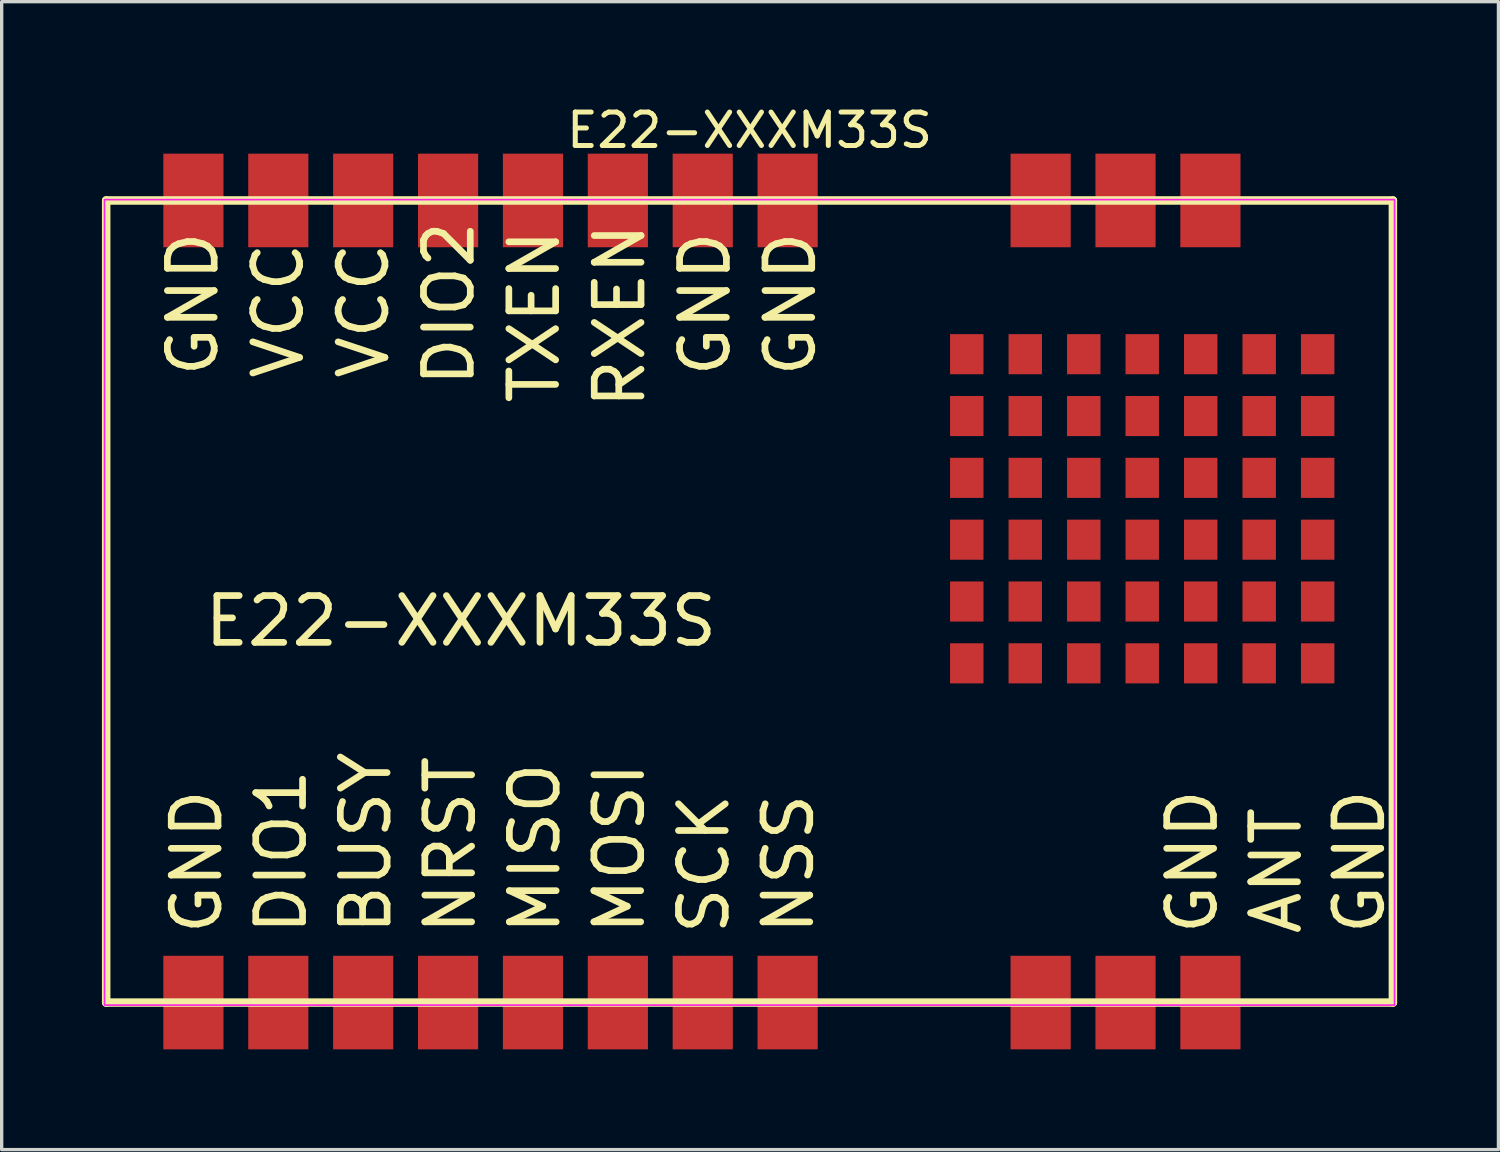
<source format=kicad_pcb>
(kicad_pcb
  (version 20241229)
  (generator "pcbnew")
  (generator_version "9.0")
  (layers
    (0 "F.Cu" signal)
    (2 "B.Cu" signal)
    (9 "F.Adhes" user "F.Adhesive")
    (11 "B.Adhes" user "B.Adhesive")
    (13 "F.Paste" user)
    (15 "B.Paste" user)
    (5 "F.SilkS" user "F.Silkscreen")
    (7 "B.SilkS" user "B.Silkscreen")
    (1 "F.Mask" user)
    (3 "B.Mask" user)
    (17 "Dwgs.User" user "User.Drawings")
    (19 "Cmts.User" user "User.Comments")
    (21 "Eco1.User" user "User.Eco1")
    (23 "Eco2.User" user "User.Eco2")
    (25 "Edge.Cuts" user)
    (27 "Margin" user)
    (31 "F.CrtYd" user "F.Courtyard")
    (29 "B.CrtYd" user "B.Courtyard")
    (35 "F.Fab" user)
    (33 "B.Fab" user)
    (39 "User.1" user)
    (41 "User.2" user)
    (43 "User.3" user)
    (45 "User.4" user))
  (footprint "E22-XXXM33S"
    (layer "F.Cu")
    (at 18.977 15.673)
    (property "Reference" "E22-XXXM33S" (at 0.4 -14.825 180) (layer "F.SilkS") (effects (font (size 1 1) (thickness 0.15))))
    (attr smd)
    (fp_poly (pts (xy 7.4 -7.525) (xy 6.4 -7.525) (xy 6.4 -8.725) (xy 7.4 -8.725)) (stroke (width 0) (type default)) (fill yes) (layer "F.Mask"))
    (fp_line (start -18.85 -12.725) (end 19.65 -12.725) (stroke (width 0.254) (type solid)) (layer "F.SilkS"))
    (fp_line (start -18.85 11.275) (end -18.85 -12.725) (stroke (width 0.254) (type solid)) (layer "F.SilkS"))
    (fp_line (start -18.85 11.275) (end 19.65 11.275) (stroke (width 0.254) (type solid)) (layer "F.SilkS"))
    (fp_line (start 19.65 11.275) (end 19.65 -12.725) (stroke (width 0.254) (type solid)) (layer "F.SilkS"))
    (fp_rect (start -18.9 -12.75) (end 19.7 11.35) (stroke (width 0.05) (type default)) (fill no) (layer "F.CrtYd"))
    (fp_text user "TXEN" (at -5.22 -6.557 90) (unlocked yes) (layer "F.SilkS") (effects (font (size 1.4 1.4) (thickness 0.2)) (justify left bottom)))
    (fp_text user "VCC" (at -12.882 -7.297 90) (unlocked yes) (layer "F.SilkS") (effects (font (size 1.4 1.4) (thickness 0.2)) (justify left bottom)))
    (fp_text user "SCK" (at -0.145 9.325 90) (unlocked yes) (layer "F.SilkS") (effects (font (size 1.4 1.4) (thickness 0.2)) (justify left bottom)))
    (fp_text user "GND" (at 14.464 9.325 90) (unlocked yes) (layer "F.SilkS") (effects (font (size 1.4 1.4) (thickness 0.2)) (justify left bottom)))
    (fp_text user "GND" (at -15.322 9.325 90) (unlocked yes) (layer "F.SilkS") (effects (font (size 1.4 1.4) (thickness 0.2)) (justify left bottom)))
    (fp_text user "GND" (at -0.111 -7.364 90) (unlocked yes) (layer "F.SilkS") (effects (font (size 1.4 1.4) (thickness 0.2)) (justify left bottom)))
    (fp_text user "DIO2" (at -7.774 -7.071 90) (unlocked yes) (layer "F.SilkS") (effects (font (size 1.4 1.4) (thickness 0.2)) (justify left bottom)))
    (fp_text user "RXEN" (at -2.665 -6.411 90) (unlocked yes) (layer "F.SilkS") (effects (font (size 1.4 1.4) (thickness 0.2)) (justify left bottom)))
    (fp_text user "MISO" (at -5.204 9.325 90) (unlocked yes) (layer "F.SilkS") (effects (font (size 1.4 1.4) (thickness 0.2)) (justify left bottom)))
    (fp_text user "NRST" (at -7.734 9.325 90) (unlocked yes) (layer "F.SilkS") (effects (font (size 1.4 1.4) (thickness 0.2)) (justify left bottom)))
    (fp_text user "ANT" (at 16.978 9.325 90) (unlocked yes) (layer "F.SilkS") (effects (font (size 1.4 1.4) (thickness 0.2)) (justify left bottom)))
    (fp_text user "NSS" (at 2.384 9.325 90) (unlocked yes) (layer "F.SilkS") (effects (font (size 1.4 1.4) (thickness 0.2)) (justify left bottom)))
    (fp_text user "VCC" (at -10.328 -7.297 90) (unlocked yes) (layer "F.SilkS") (effects (font (size 1.4 1.4) (thickness 0.2)) (justify left bottom)))
    (fp_text user "MOSI" (at -2.675 9.325 90) (unlocked yes) (layer "F.SilkS") (effects (font (size 1.4 1.4) (thickness 0.2)) (justify left bottom)))
    (fp_text user "BUSY" (at -10.263 9.325 90) (unlocked yes) (layer "F.SilkS") (effects (font (size 1.4 1.4) (thickness 0.2)) (justify left bottom)))
    (fp_text user "GND" (at 2.443 -7.364 90) (unlocked yes) (layer "F.SilkS") (effects (font (size 1.4 1.4) (thickness 0.2)) (justify left bottom)))
    (fp_text user "GND" (at -15.437 -7.364 90) (unlocked yes) (layer "F.SilkS") (effects (font (size 1.4 1.4) (thickness 0.2)) (justify left bottom)))
    (fp_text user "E22-XXXM33S" (at -16.002 0.679 0) (unlocked yes) (layer "F.SilkS") (effects (font (size 1.4 1.4) (thickness 0.2)) (justify left bottom)))
    (fp_text user "DIO1" (at -12.793 9.325 90) (unlocked yes) (layer "F.SilkS") (effects (font (size 1.4 1.4) (thickness 0.2)) (justify left bottom)))
    (fp_text user "GND" (at 19.468 9.325 90) (unlocked yes) (layer "F.SilkS") (effects (font (size 1.4 1.4) (thickness 0.2)) (justify left bottom)))
    (pad "1" smd rect (at 14.19 -12.725 270) (size 2.8 1.8) (layers "F.Cu" "F.Mask" "F.Paste"))
    (pad "2" smd rect (at 11.65 -12.725 270) (size 2.8 1.8) (layers "F.Cu" "F.Mask" "F.Paste"))
    (pad "3" smd rect (at 9.11 -12.725 270) (size 2.8 1.8) (layers "F.Cu" "F.Mask" "F.Paste"))
    (pad "4" smd rect (at 1.54 -12.725 270) (size 2.8 1.8) (layers "F.Cu" "F.Mask" "F.Paste"))
    (pad "5" smd rect (at -1 -12.725 270) (size 2.8 1.8) (layers "F.Cu" "F.Mask" "F.Paste"))
    (pad "6" smd rect (at -3.54 -12.725 270) (size 2.8 1.8) (layers "F.Cu" "F.Mask" "F.Paste"))
    (pad "7" smd rect (at -6.08 -12.725 270) (size 2.8 1.8) (layers "F.Cu" "F.Mask" "F.Paste"))
    (pad "8" smd rect (at -8.62 -12.725 270) (size 2.8 1.8) (layers "F.Cu" "F.Mask" "F.Paste"))
    (pad "9" smd rect (at -11.16 -12.725 270) (size 2.8 1.8) (layers "F.Cu" "F.Mask" "F.Paste"))
    (pad "10" smd rect (at -13.7 -12.725 270) (size 2.8 1.8) (layers "F.Cu" "F.Mask" "F.Paste"))
    (pad "11" smd rect (at -16.24 -12.725 270) (size 2.8 1.8) (layers "F.Cu" "F.Mask" "F.Paste"))
    (pad "12" smd rect (at -16.24 11.275 270) (size 2.8 1.8) (layers "F.Cu" "F.Mask" "F.Paste"))
    (pad "13" smd rect (at -13.7 11.275 270) (size 2.8 1.8) (layers "F.Cu" "F.Mask" "F.Paste"))
    (pad "14" smd rect (at -11.16 11.275 270) (size 2.8 1.8) (layers "F.Cu" "F.Mask" "F.Paste"))
    (pad "15" smd rect (at -8.62 11.275 270) (size 2.8 1.8) (layers "F.Cu" "F.Mask" "F.Paste"))
    (pad "16" smd rect (at -6.08 11.275 270) (size 2.8 1.8) (layers "F.Cu" "F.Mask" "F.Paste"))
    (pad "17" smd rect (at -3.54 11.275 270) (size 2.8 1.8) (layers "F.Cu" "F.Mask" "F.Paste"))
    (pad "18" smd rect (at -1 11.275 270) (size 2.8 1.8) (layers "F.Cu" "F.Mask" "F.Paste"))
    (pad "19" smd rect (at 1.54 11.275 270) (size 2.8 1.8) (layers "F.Cu" "F.Mask" "F.Paste"))
    (pad "20" smd rect (at 9.11 11.275 270) (size 2.8 1.8) (layers "F.Cu" "F.Mask" "F.Paste"))
    (pad "21" smd rect (at 11.65 11.275 270) (size 2.8 1.8) (layers "F.Cu" "F.Mask" "F.Paste"))
    (pad "22" smd circle (at 6.9 -8.125) (size 0.025 0.025) (layers "F.Cu" "F.Mask" "F.Paste"))
    (pad "22" smd circle (at 6.9 -6.275) (size 0.025 0.025) (layers "F.Cu" "F.Mask" "F.Paste"))
    (pad "22" smd circle (at 6.9 -4.425) (size 0.025 0.025) (layers "F.Cu" "F.Mask" "F.Paste"))
    (pad "22" smd circle (at 6.9 -2.575) (size 0.025 0.025) (layers "F.Cu" "F.Mask" "F.Paste"))
    (pad "22" smd circle (at 6.9 -0.725) (size 0.025 0.025) (layers "F.Cu" "F.Mask" "F.Paste"))
    (pad "22" smd circle (at 6.9 1.125) (size 0.025 0.025) (layers "F.Cu" "F.Mask" "F.Paste"))
    (pad "22" smd custom (at 7.4 -7.525) (size 0.000001 0.000001) (layers "F.Cu" "F.Mask" "F.Paste") (options (anchor circle)) (primitives (gr_poly (pts (xy 0 0) (xy -1 0) (xy -1 -1.2) (xy 0 -1.2)) (width 0) (fill yes))))
    (pad "22" smd custom (at 7.4 -5.675) (size 0.000001 0.000001) (layers "F.Cu" "F.Mask" "F.Paste") (options (anchor circle)) (primitives (gr_poly (pts (xy 0 0) (xy -1 0) (xy -1 -1.2) (xy 0 -1.2)) (width 0) (fill yes))))
    (pad "22" smd custom (at 7.4 -3.825) (size 0.000001 0.000001) (layers "F.Cu" "F.Mask" "F.Paste") (options (anchor circle)) (primitives (gr_poly (pts (xy 0 0) (xy -1 0) (xy -1 -1.2) (xy 0 -1.2)) (width 0) (fill yes))))
    (pad "22" smd custom (at 7.4 -1.975) (size 0.000001 0.000001) (layers "F.Cu" "F.Mask" "F.Paste") (options (anchor circle)) (primitives (gr_poly (pts (xy 0 0) (xy -1 0) (xy -1 -1.2) (xy 0 -1.2)) (width 0) (fill yes))))
    (pad "22" smd custom (at 7.4 -0.125) (size 0.000001 0.000001) (layers "F.Cu" "F.Mask" "F.Paste") (options (anchor circle)) (primitives (gr_poly (pts (xy 0 0) (xy -1 0) (xy -1 -1.2) (xy 0 -1.2)) (width 0) (fill yes))))
    (pad "22" smd custom (at 7.4 1.725) (size 0.000001 0.000001) (layers "F.Cu" "F.Mask" "F.Paste") (options (anchor circle)) (primitives (gr_poly (pts (xy 0 0) (xy -1 0) (xy -1 -1.2) (xy 0 -1.2)) (width 0) (fill yes))))
    (pad "22" smd circle (at 8.65 -8.125) (size 0.025 0.025) (layers "F.Cu" "F.Mask" "F.Paste"))
    (pad "22" smd circle (at 8.65 -6.275) (size 0.025 0.025) (layers "F.Cu" "F.Mask" "F.Paste"))
    (pad "22" smd circle (at 8.65 -4.425) (size 0.025 0.025) (layers "F.Cu" "F.Mask" "F.Paste"))
    (pad "22" smd circle (at 8.65 -2.575) (size 0.025 0.025) (layers "F.Cu" "F.Mask" "F.Paste"))
    (pad "22" smd circle (at 8.65 -0.725) (size 0.025 0.025) (layers "F.Cu" "F.Mask" "F.Paste"))
    (pad "22" smd circle (at 8.65 1.125) (size 0.025 0.025) (layers "F.Cu" "F.Mask" "F.Paste"))
    (pad "22" smd custom (at 9.15 -7.525) (size 0.000001 0.000001) (layers "F.Cu" "F.Mask" "F.Paste") (options (anchor circle)) (primitives (gr_poly (pts (xy 0 0) (xy -1 0) (xy -1 -1.2) (xy 0 -1.2)) (width 0) (fill yes))))
    (pad "22" smd custom (at 9.15 -5.675) (size 0.000001 0.000001) (layers "F.Cu" "F.Mask" "F.Paste") (options (anchor circle)) (primitives (gr_poly (pts (xy 0 0) (xy -1 0) (xy -1 -1.2) (xy 0 -1.2)) (width 0) (fill yes))))
    (pad "22" smd custom (at 9.15 -3.825) (size 0.000001 0.000001) (layers "F.Cu" "F.Mask" "F.Paste") (options (anchor circle)) (primitives (gr_poly (pts (xy 0 0) (xy -1 0) (xy -1 -1.2) (xy 0 -1.2)) (width 0) (fill yes))))
    (pad "22" smd custom (at 9.15 -1.975) (size 0.000001 0.000001) (layers "F.Cu" "F.Mask" "F.Paste") (options (anchor circle)) (primitives (gr_poly (pts (xy 0 0) (xy -1 0) (xy -1 -1.2) (xy 0 -1.2)) (width 0) (fill yes))))
    (pad "22" smd custom (at 9.15 -0.125) (size 0.000001 0.000001) (layers "F.Cu" "F.Mask" "F.Paste") (options (anchor circle)) (primitives (gr_poly (pts (xy 0 0) (xy -1 0) (xy -1 -1.2) (xy 0 -1.2)) (width 0) (fill yes))))
    (pad "22" smd custom (at 9.15 1.725) (size 0.000001 0.000001) (layers "F.Cu" "F.Mask" "F.Paste") (options (anchor circle)) (primitives (gr_poly (pts (xy 0 0) (xy -1 0) (xy -1 -1.2) (xy 0 -1.2)) (width 0) (fill yes))))
    (pad "22" smd circle (at 10.4 -8.125) (size 0.025 0.025) (layers "F.Cu" "F.Mask" "F.Paste"))
    (pad "22" smd circle (at 10.4 -6.275) (size 0.025 0.025) (layers "F.Cu" "F.Mask" "F.Paste"))
    (pad "22" smd circle (at 10.4 -4.425) (size 0.025 0.025) (layers "F.Cu" "F.Mask" "F.Paste"))
    (pad "22" smd circle (at 10.4 -2.575) (size 0.025 0.025) (layers "F.Cu" "F.Mask" "F.Paste"))
    (pad "22" smd circle (at 10.4 -0.725) (size 0.025 0.025) (layers "F.Cu" "F.Mask" "F.Paste"))
    (pad "22" smd circle (at 10.4 1.125) (size 0.025 0.025) (layers "F.Cu" "F.Mask" "F.Paste"))
    (pad "22" smd custom (at 10.9 -7.525) (size 0.000001 0.000001) (layers "F.Cu" "F.Mask" "F.Paste") (options (anchor circle)) (primitives (gr_poly (pts (xy 0 0) (xy -1 0) (xy -1 -1.2) (xy 0 -1.2)) (width 0) (fill yes))))
    (pad "22" smd custom (at 10.9 -5.675) (size 0.000001 0.000001) (layers "F.Cu" "F.Mask" "F.Paste") (options (anchor circle)) (primitives (gr_poly (pts (xy 0 0) (xy -1 0) (xy -1 -1.2) (xy 0 -1.2)) (width 0) (fill yes))))
    (pad "22" smd custom (at 10.9 -3.825) (size 0.000001 0.000001) (layers "F.Cu" "F.Mask" "F.Paste") (options (anchor circle)) (primitives (gr_poly (pts (xy 0 0) (xy -1 0) (xy -1 -1.2) (xy 0 -1.2)) (width 0) (fill yes))))
    (pad "22" smd custom (at 10.9 -1.975) (size 0.000001 0.000001) (layers "F.Cu" "F.Mask" "F.Paste") (options (anchor circle)) (primitives (gr_poly (pts (xy 0 0) (xy -1 0) (xy -1 -1.2) (xy 0 -1.2)) (width 0) (fill yes))))
    (pad "22" smd custom (at 10.9 -0.125) (size 0.000001 0.000001) (layers "F.Cu" "F.Mask" "F.Paste") (options (anchor circle)) (primitives (gr_poly (pts (xy 0 0) (xy -1 0) (xy -1 -1.2) (xy 0 -1.2)) (width 0) (fill yes))))
    (pad "22" smd custom (at 10.9 1.725) (size 0.000001 0.000001) (layers "F.Cu" "F.Mask" "F.Paste") (options (anchor circle)) (primitives (gr_poly (pts (xy 0 0) (xy -1 0) (xy -1 -1.2) (xy 0 -1.2)) (width 0) (fill yes))))
    (pad "22" smd circle (at 12.15 -8.125) (size 0.025 0.025) (layers "F.Cu" "F.Mask" "F.Paste"))
    (pad "22" smd circle (at 12.15 -6.275) (size 0.025 0.025) (layers "F.Cu" "F.Mask" "F.Paste"))
    (pad "22" smd circle (at 12.15 -4.425) (size 0.025 0.025) (layers "F.Cu" "F.Mask" "F.Paste"))
    (pad "22" smd circle (at 12.15 -2.575) (size 0.025 0.025) (layers "F.Cu" "F.Mask" "F.Paste"))
    (pad "22" smd circle (at 12.15 -0.725) (size 0.025 0.025) (layers "F.Cu" "F.Mask" "F.Paste"))
    (pad "22" smd circle (at 12.15 1.125) (size 0.025 0.025) (layers "F.Cu" "F.Mask" "F.Paste"))
    (pad "22" smd custom (at 12.65 -7.525) (size 0.000001 0.000001) (layers "F.Cu" "F.Mask" "F.Paste") (options (anchor circle)) (primitives (gr_poly (pts (xy 0 0) (xy -1 0) (xy -1 -1.2) (xy 0 -1.2)) (width 0) (fill yes))))
    (pad "22" smd custom (at 12.65 -5.675) (size 0.000001 0.000001) (layers "F.Cu" "F.Mask" "F.Paste") (options (anchor circle)) (primitives (gr_poly (pts (xy 0 0) (xy -1 0) (xy -1 -1.2) (xy 0 -1.2)) (width 0) (fill yes))))
    (pad "22" smd custom (at 12.65 -3.825) (size 0.000001 0.000001) (layers "F.Cu" "F.Mask" "F.Paste") (options (anchor circle)) (primitives (gr_poly (pts (xy 0 0) (xy -1 0) (xy -1 -1.2) (xy 0 -1.2)) (width 0) (fill yes))))
    (pad "22" smd custom (at 12.65 -1.975) (size 0.000001 0.000001) (layers "F.Cu" "F.Mask" "F.Paste") (options (anchor circle)) (primitives (gr_poly (pts (xy 0 0) (xy -1 0) (xy -1 -1.2) (xy 0 -1.2)) (width 0) (fill yes))))
    (pad "22" smd custom (at 12.65 -0.125) (size 0.000001 0.000001) (layers "F.Cu" "F.Mask" "F.Paste") (options (anchor circle)) (primitives (gr_poly (pts (xy 0 0) (xy -1 0) (xy -1 -1.2) (xy 0 -1.2)) (width 0) (fill yes))))
    (pad "22" smd custom (at 12.65 1.725) (size 0.000001 0.000001) (layers "F.Cu" "F.Mask" "F.Paste") (options (anchor circle)) (primitives (gr_poly (pts (xy 0 0) (xy -1 0) (xy -1 -1.2) (xy 0 -1.2)) (width 0) (fill yes))))
    (pad "22" smd circle (at 13.9 -8.125) (size 0.025 0.025) (layers "F.Cu" "F.Mask" "F.Paste"))
    (pad "22" smd circle (at 13.9 -6.275) (size 0.025 0.025) (layers "F.Cu" "F.Mask" "F.Paste"))
    (pad "22" smd circle (at 13.9 -4.425) (size 0.025 0.025) (layers "F.Cu" "F.Mask" "F.Paste"))
    (pad "22" smd circle (at 13.9 -2.575) (size 0.025 0.025) (layers "F.Cu" "F.Mask" "F.Paste"))
    (pad "22" smd circle (at 13.9 -0.725) (size 0.025 0.025) (layers "F.Cu" "F.Mask" "F.Paste"))
    (pad "22" smd circle (at 13.9 1.125) (size 0.025 0.025) (layers "F.Cu" "F.Mask" "F.Paste"))
    (pad "22" smd rect (at 14.19 11.275 270) (size 2.8 1.8) (layers "F.Cu" "F.Mask" "F.Paste"))
    (pad "22" smd custom (at 14.4 -7.525) (size 0.000001 0.000001) (layers "F.Cu" "F.Mask" "F.Paste") (options (anchor circle)) (primitives (gr_poly (pts (xy 0 0) (xy -1 0) (xy -1 -1.2) (xy 0 -1.2)) (width 0) (fill yes))))
    (pad "22" smd custom (at 14.4 -5.675) (size 0.000001 0.000001) (layers "F.Cu" "F.Mask" "F.Paste") (options (anchor circle)) (primitives (gr_poly (pts (xy 0 0) (xy -1 0) (xy -1 -1.2) (xy 0 -1.2)) (width 0) (fill yes))))
    (pad "22" smd custom (at 14.4 -3.825) (size 0.000001 0.000001) (layers "F.Cu" "F.Mask" "F.Paste") (options (anchor circle)) (primitives (gr_poly (pts (xy 0 0) (xy -1 0) (xy -1 -1.2) (xy 0 -1.2)) (width 0) (fill yes))))
    (pad "22" smd custom (at 14.4 -1.975) (size 0.000001 0.000001) (layers "F.Cu" "F.Mask" "F.Paste") (options (anchor circle)) (primitives (gr_poly (pts (xy 0 0) (xy -1 0) (xy -1 -1.2) (xy 0 -1.2)) (width 0) (fill yes))))
    (pad "22" smd custom (at 14.4 -0.125) (size 0.000001 0.000001) (layers "F.Cu" "F.Mask" "F.Paste") (options (anchor circle)) (primitives (gr_poly (pts (xy 0 0) (xy -1 0) (xy -1 -1.2) (xy 0 -1.2)) (width 0) (fill yes))))
    (pad "22" smd custom (at 14.4 1.725) (size 0.000001 0.000001) (layers "F.Cu" "F.Mask" "F.Paste") (options (anchor circle)) (primitives (gr_poly (pts (xy 0 0) (xy -1 0) (xy -1 -1.2) (xy 0 -1.2)) (width 0) (fill yes))))
    (pad "22" smd circle (at 15.65 -8.125) (size 0.025 0.025) (layers "F.Cu" "F.Mask" "F.Paste"))
    (pad "22" smd circle (at 15.65 -6.275) (size 0.025 0.025) (layers "F.Cu" "F.Mask" "F.Paste"))
    (pad "22" smd circle (at 15.65 -4.425) (size 0.025 0.025) (layers "F.Cu" "F.Mask" "F.Paste"))
    (pad "22" smd circle (at 15.65 -2.575) (size 0.025 0.025) (layers "F.Cu" "F.Mask" "F.Paste"))
    (pad "22" smd circle (at 15.65 -0.725) (size 0.025 0.025) (layers "F.Cu" "F.Mask" "F.Paste"))
    (pad "22" smd circle (at 15.65 1.125) (size 0.025 0.025) (layers "F.Cu" "F.Mask" "F.Paste"))
    (pad "22" smd custom (at 16.15 -7.525) (size 0.000001 0.000001) (layers "F.Cu" "F.Mask" "F.Paste") (options (anchor circle)) (primitives (gr_poly (pts (xy 0 0) (xy -1 0) (xy -1 -1.2) (xy 0 -1.2)) (width 0) (fill yes))))
    (pad "22" smd custom (at 16.15 -5.675) (size 0.000001 0.000001) (layers "F.Cu" "F.Mask" "F.Paste") (options (anchor circle)) (primitives (gr_poly (pts (xy 0 0) (xy -1 0) (xy -1 -1.2) (xy 0 -1.2)) (width 0) (fill yes))))
    (pad "22" smd custom (at 16.15 -3.825) (size 0.000001 0.000001) (layers "F.Cu" "F.Mask" "F.Paste") (options (anchor circle)) (primitives (gr_poly (pts (xy 0 0) (xy -1 0) (xy -1 -1.2) (xy 0 -1.2)) (width 0) (fill yes))))
    (pad "22" smd custom (at 16.15 -1.975) (size 0.000001 0.000001) (layers "F.Cu" "F.Mask" "F.Paste") (options (anchor circle)) (primitives (gr_poly (pts (xy 0 0) (xy -1 0) (xy -1 -1.2) (xy 0 -1.2)) (width 0) (fill yes))))
    (pad "22" smd custom (at 16.15 -0.125) (size 0.000001 0.000001) (layers "F.Cu" "F.Mask" "F.Paste") (options (anchor circle)) (primitives (gr_poly (pts (xy 0 0) (xy -1 0) (xy -1 -1.2) (xy 0 -1.2)) (width 0) (fill yes))))
    (pad "22" smd custom (at 16.15 1.725) (size 0.000001 0.000001) (layers "F.Cu" "F.Mask" "F.Paste") (options (anchor circle)) (primitives (gr_poly (pts (xy 0 0) (xy -1 0) (xy -1 -1.2) (xy 0 -1.2)) (width 0) (fill yes))))
    (pad "22" smd circle (at 17.4 -8.125) (size 0.025 0.025) (layers "F.Cu" "F.Mask" "F.Paste"))
    (pad "22" smd circle (at 17.4 -6.275) (size 0.025 0.025) (layers "F.Cu" "F.Mask" "F.Paste"))
    (pad "22" smd circle (at 17.4 -4.425) (size 0.025 0.025) (layers "F.Cu" "F.Mask" "F.Paste"))
    (pad "22" smd circle (at 17.4 -2.575) (size 0.025 0.025) (layers "F.Cu" "F.Mask" "F.Paste"))
    (pad "22" smd circle (at 17.4 -0.725) (size 0.025 0.025) (layers "F.Cu" "F.Mask" "F.Paste"))
    (pad "22" smd circle (at 17.4 1.125) (size 0.025 0.025) (layers "F.Cu" "F.Mask" "F.Paste"))
    (pad "22" smd custom (at 17.9 -7.525) (size 0.000001 0.000001) (layers "F.Cu" "F.Mask" "F.Paste") (options (anchor circle)) (primitives (gr_poly (pts (xy 0 0) (xy -1 0) (xy -1 -1.2) (xy 0 -1.2)) (width 0) (fill yes))))
    (pad "22" smd custom (at 17.9 -5.675) (size 0.000001 0.000001) (layers "F.Cu" "F.Mask" "F.Paste") (options (anchor circle)) (primitives (gr_poly (pts (xy 0 0) (xy -1 0) (xy -1 -1.2) (xy 0 -1.2)) (width 0) (fill yes))))
    (pad "22" smd custom (at 17.9 -3.825) (size 0.000001 0.000001) (layers "F.Cu" "F.Mask" "F.Paste") (options (anchor circle)) (primitives (gr_poly (pts (xy 0 0) (xy -1 0) (xy -1 -1.2) (xy 0 -1.2)) (width 0) (fill yes))))
    (pad "22" smd custom (at 17.9 -1.975) (size 0.000001 0.000001) (layers "F.Cu" "F.Mask" "F.Paste") (options (anchor circle)) (primitives (gr_poly (pts (xy 0 0) (xy -1 0) (xy -1 -1.2) (xy 0 -1.2)) (width 0) (fill yes))))
    (pad "22" smd custom (at 17.9 -0.125) (size 0.000001 0.000001) (layers "F.Cu" "F.Mask" "F.Paste") (options (anchor circle)) (primitives (gr_poly (pts (xy 0 0) (xy -1 0) (xy -1 -1.2) (xy 0 -1.2)) (width 0) (fill yes))))
    (pad "22" smd custom (at 17.9 1.725) (size 0.000001 0.000001) (layers "F.Cu" "F.Mask" "F.Paste") (options (anchor circle)) (primitives (gr_poly (pts (xy 0 0) (xy -1 0) (xy -1 -1.2) (xy 0 -1.2)) (width 0) (fill yes)))))
  (gr_rect
    (start -3 -3)
    (end 41.785 31.348)
    (stroke (width 0.1) (type default))
    (fill no)
    (layer "Edge.Cuts")))
</source>
